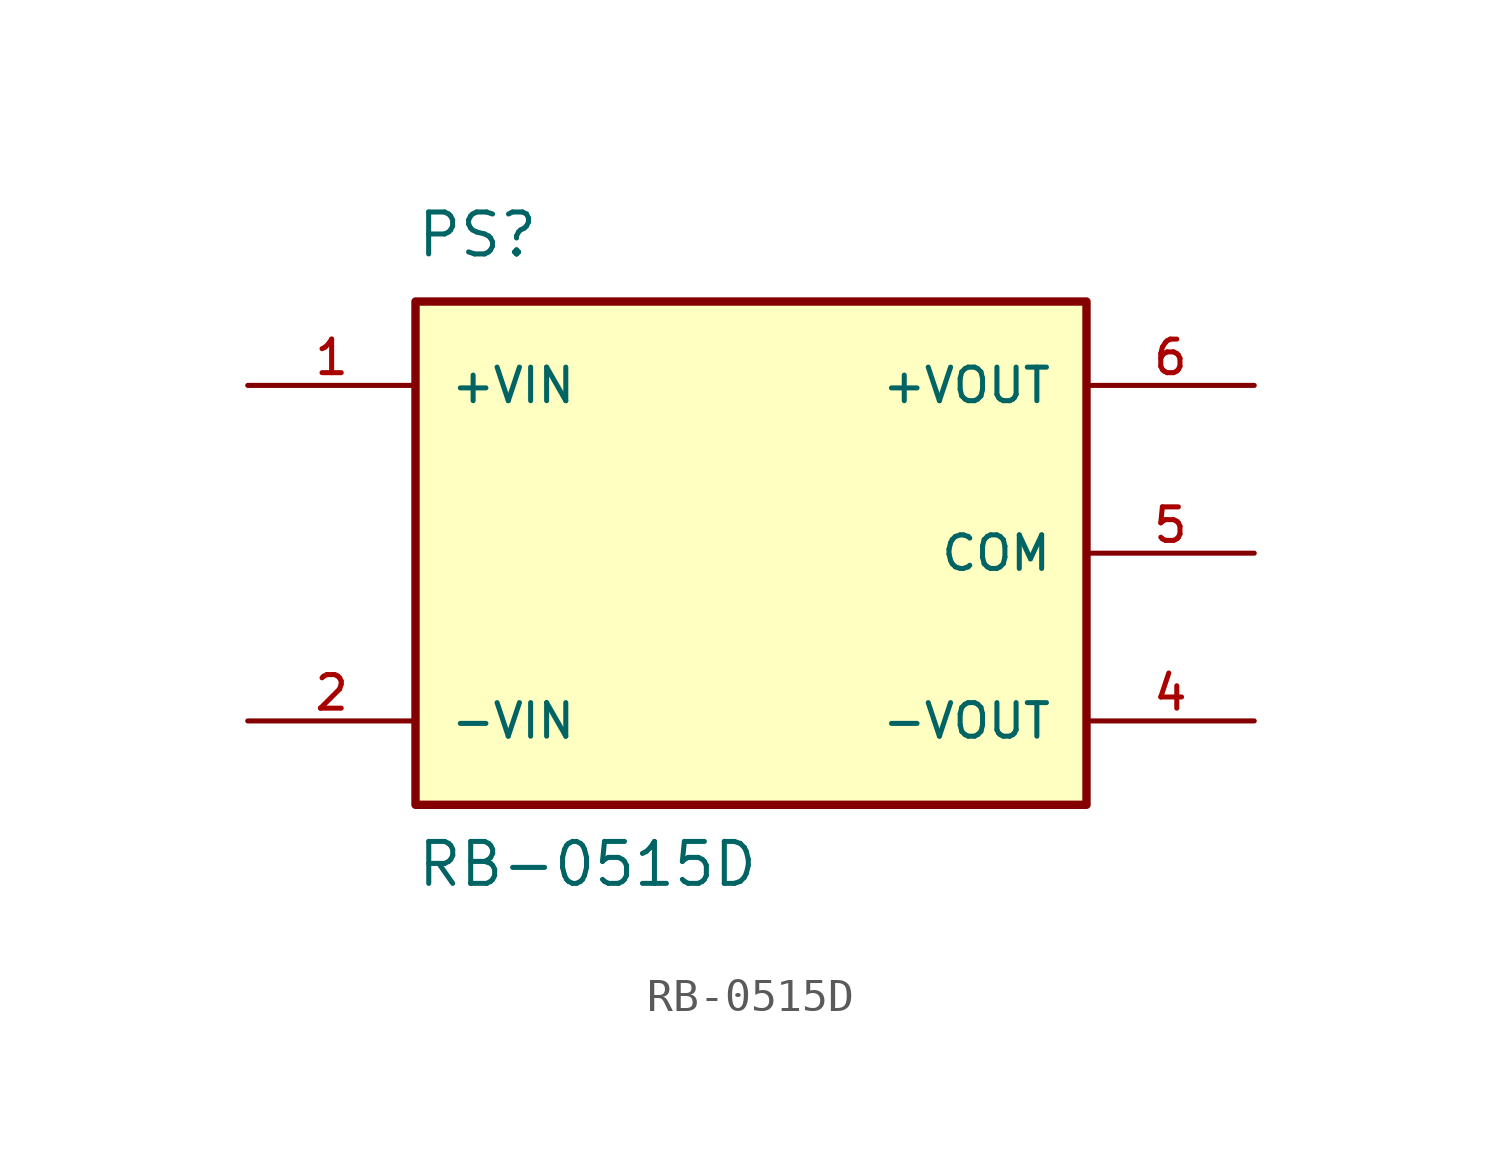
<source format=kicad_sym>
(kicad_symbol_lib
  (version 20211014)
  (generator kicad_symbol_editor)
  (symbol "RB-0515D"
    (pin_names
      (offset 1.016))
    (property "Reference" "PS"
      (at -10.164 8.898 0)
      (effects (font (size 1.27 1.27)) (justify bottom left)))
    (property "Value" "RB-0515D"
      (at -10.161 -10.163 0)
      (effects (font (size 1.27 1.27)) (justify bottom left)))
    (symbol "RB-0515D_0_0"
      (rectangle (start -10.16 -7.62) (end 10.16 7.62) (stroke (width 0.254)) (fill (type background)))
      (pin input line (at -15.24 5.08 0) (length 5.08) (name "+VIN" (effects (font (size 1.016 1.016)))) (number "1" (effects (font (size 1.016 1.016)))))
      (pin input line (at -15.24 -5.08 0) (length 5.08) (name "-VIN" (effects (font (size 1.016 1.016)))) (number "2" (effects (font (size 1.016 1.016)))))
      (pin output line (at 15.24 5.08 180.0) (length 5.08) (name "+VOUT" (effects (font (size 1.016 1.016)))) (number "6" (effects (font (size 1.016 1.016)))))
      (pin output line (at 15.24 -5.08 180.0) (length 5.08) (name "-VOUT" (effects (font (size 1.016 1.016)))) (number "4" (effects (font (size 1.016 1.016)))))
      (pin power_in line (at 15.24 0.0 180.0) (length 5.08) (name "COM" (effects (font (size 1.016 1.016)))) (number "5" (effects (font (size 1.016 1.016))))))))
</source>
